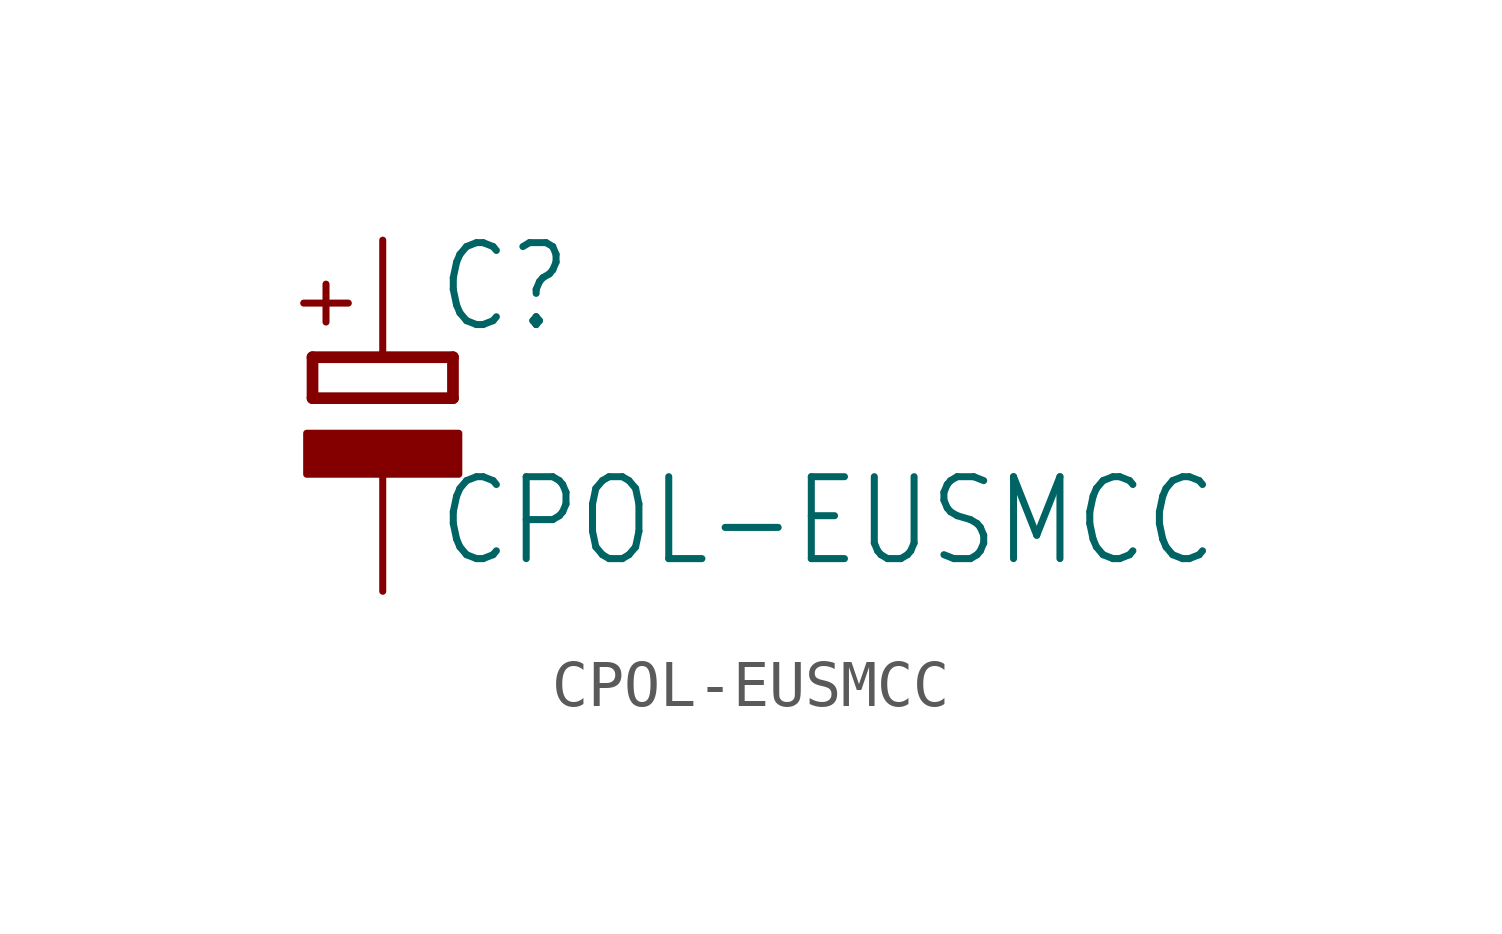
<source format=kicad_sym>
(kicad_symbol_lib
  (version 20220331)
  (generator kicad_symbol_editor)
  (symbol "CPOL-EUSMCC"
    (property "Reference" "C"
      (at 1.143 0.483 0)
      (effects (font (size 1.778 1.511)) (justify left bottom)))
    (property "Value" "CPOL-EUSMCC"
      (at 1.143 -4.597 0)
      (effects (font (size 1.778 1.511)) (justify left bottom)))
    (property "ki_locked" ""
      (at 0 0 0)
      (effects (font (size 1.27 1.27))))
    (symbol "CPOL-EUSMCC_1_0"
      (rectangle (start -1.651 -2.54) (end 1.651 -1.651) (stroke (width 0) (type default)) (fill (type outline)))
      (polyline (pts (xy -1.524 -0.889) (xy 1.524 -0.889)) (stroke (width 0.254) (type solid)) (fill (type none)))
      (polyline (pts (xy -1.524 0) (xy -1.524 -0.889)) (stroke (width 0.254) (type solid)) (fill (type none)))
      (polyline (pts (xy -1.524 0) (xy 1.524 0)) (stroke (width 0.254) (type solid)) (fill (type none)))
      (polyline (pts (xy 1.524 -0.889) (xy 1.524 0)) (stroke (width 0.254) (type solid)) (fill (type none)))
      (text "+" (at -0.584 0.406 900) (effects (font (size 1.27 1.079)) (justify left bottom)))
      (pin passive line (at 0 2.54 270) (length 2.54) (name "+" (effects (font (size 0 0)))) (number "+" (effects (font (size 0 0)))))
      (pin passive line (at 0 -5.08 90) (length 2.54) (name "-" (effects (font (size 0 0)))) (number "-" (effects (font (size 0 0))))))))
</source>
